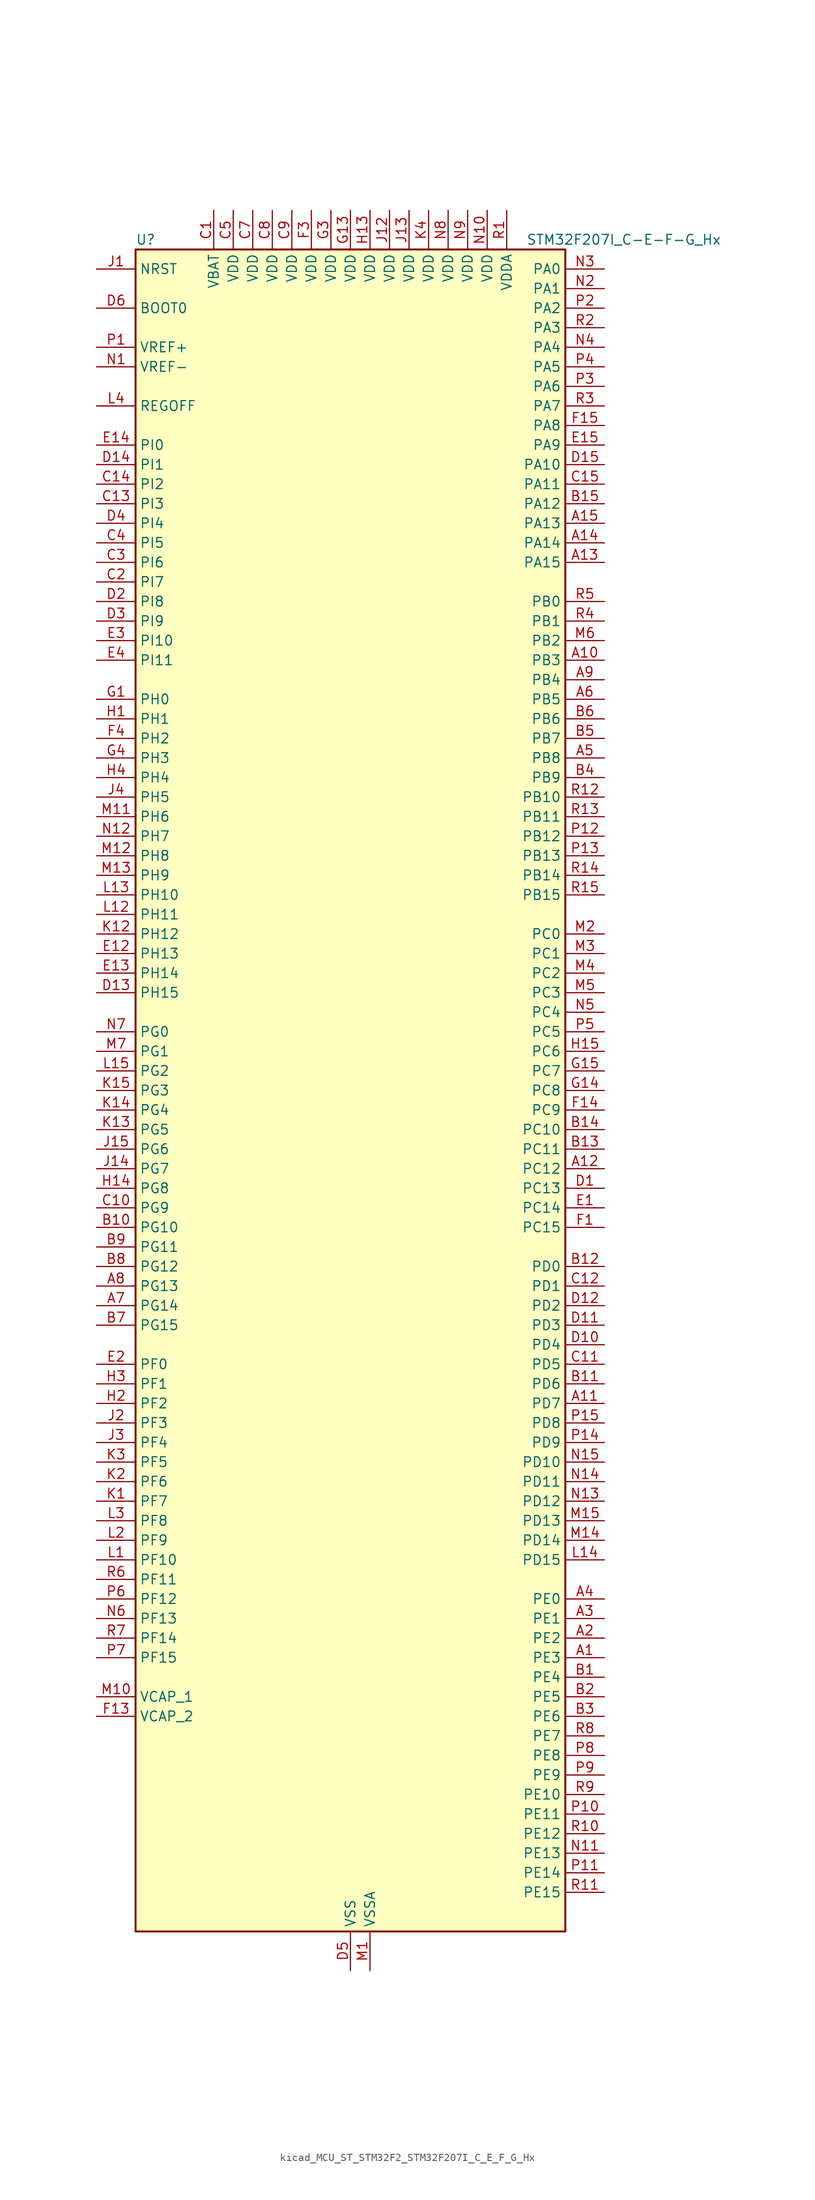
<source format=kicad_sym>
(kicad_symbol_lib
  (version 20220914)
  (generator kicad_symbol_editor)
  (symbol "kicad_MCU_ST_STM32F2_STM32F207I_C_E_F_G_Hx"
    (property "Reference" "U"
      (at -27.94 110.49 0)
      (effects (font (size 1.27 1.27)) (justify left)))
    (property "Value" "STM32F207I_C-E-F-G_Hx"
      (at 22.86 110.49 0)
      (effects (font (size 1.27 1.27)) (justify left)))
    (property "ki_locked" ""
      (at 0 0 0)
      (effects (font (size 1.27 1.27))))
    (symbol "kicad_MCU_ST_STM32F2_STM32F207I_C_E_F_G_Hx_0_1"
      (rectangle (start -27.94 -109.22) (end 27.94 109.22) (stroke (width 0.254) (type default)) (fill (type background))))
    (symbol "kicad_MCU_ST_STM32F2_STM32F207I_C_E_F_G_Hx_1_1"
      (pin bidirectional line (at 33.02 -73.66 180) (length 5.08) (name "PE3" (effects (font (size 1.27 1.27)))) (number "A1" (effects (font (size 1.27 1.27)))) (alternate "FSMC_A19" bidirectional line) (alternate "SYS_TRACED0" bidirectional line))
      (pin bidirectional line (at 33.02 55.88 180) (length 5.08) (name "PB3" (effects (font (size 1.27 1.27)))) (number "A10" (effects (font (size 1.27 1.27)))) (alternate "I2S3_SCK" bidirectional line) (alternate "SPI1_SCK" bidirectional line) (alternate "SPI3_SCK" bidirectional line) (alternate "SYS_JTDO-SWO" bidirectional line) (alternate "TIM2_CH2" bidirectional line))
      (pin bidirectional line (at 33.02 -40.64 180) (length 5.08) (name "PD7" (effects (font (size 1.27 1.27)))) (number "A11" (effects (font (size 1.27 1.27)))) (alternate "FSMC_NCE2" bidirectional line) (alternate "FSMC_NE1" bidirectional line) (alternate "USART2_CK" bidirectional line))
      (pin bidirectional line (at 33.02 -10.16 180) (length 5.08) (name "PC12" (effects (font (size 1.27 1.27)))) (number "A12" (effects (font (size 1.27 1.27)))) (alternate "DCMI_D9" bidirectional line) (alternate "I2S3_SD" bidirectional line) (alternate "SDIO_CK" bidirectional line) (alternate "SPI3_MOSI" bidirectional line) (alternate "UART5_TX" bidirectional line) (alternate "USART3_CK" bidirectional line))
      (pin bidirectional line (at 33.02 68.58 180) (length 5.08) (name "PA15" (effects (font (size 1.27 1.27)))) (number "A13" (effects (font (size 1.27 1.27)))) (alternate "ADC1_EXTI15" bidirectional line) (alternate "ADC2_EXTI15" bidirectional line) (alternate "ADC3_EXTI15" bidirectional line) (alternate "I2S3_WS" bidirectional line) (alternate "SPI1_NSS" bidirectional line) (alternate "SPI3_NSS" bidirectional line) (alternate "SYS_JTDI" bidirectional line) (alternate "TIM2_CH1" bidirectional line) (alternate "TIM2_ETR" bidirectional line))
      (pin bidirectional line (at 33.02 71.12 180) (length 5.08) (name "PA14" (effects (font (size 1.27 1.27)))) (number "A14" (effects (font (size 1.27 1.27)))) (alternate "SYS_JTCK-SWCLK" bidirectional line))
      (pin bidirectional line (at 33.02 73.66 180) (length 5.08) (name "PA13" (effects (font (size 1.27 1.27)))) (number "A15" (effects (font (size 1.27 1.27)))) (alternate "SYS_JTMS-SWDIO" bidirectional line))
      (pin bidirectional line (at 33.02 -71.12 180) (length 5.08) (name "PE2" (effects (font (size 1.27 1.27)))) (number "A2" (effects (font (size 1.27 1.27)))) (alternate "ETH_TXD3" bidirectional line) (alternate "FSMC_A23" bidirectional line) (alternate "SYS_TRACECLK" bidirectional line))
      (pin bidirectional line (at 33.02 -68.58 180) (length 5.08) (name "PE1" (effects (font (size 1.27 1.27)))) (number "A3" (effects (font (size 1.27 1.27)))) (alternate "DCMI_D3" bidirectional line) (alternate "FSMC_NBL1" bidirectional line))
      (pin bidirectional line (at 33.02 -66.04 180) (length 5.08) (name "PE0" (effects (font (size 1.27 1.27)))) (number "A4" (effects (font (size 1.27 1.27)))) (alternate "DCMI_D2" bidirectional line) (alternate "FSMC_NBL0" bidirectional line) (alternate "TIM4_ETR" bidirectional line))
      (pin bidirectional line (at 33.02 43.18 180) (length 5.08) (name "PB8" (effects (font (size 1.27 1.27)))) (number "A5" (effects (font (size 1.27 1.27)))) (alternate "CAN1_RX" bidirectional line) (alternate "DCMI_D6" bidirectional line) (alternate "ETH_TXD3" bidirectional line) (alternate "I2C1_SCL" bidirectional line) (alternate "SDIO_D4" bidirectional line) (alternate "TIM10_CH1" bidirectional line) (alternate "TIM4_CH3" bidirectional line))
      (pin bidirectional line (at 33.02 50.8 180) (length 5.08) (name "PB5" (effects (font (size 1.27 1.27)))) (number "A6" (effects (font (size 1.27 1.27)))) (alternate "CAN2_RX" bidirectional line) (alternate "DCMI_D10" bidirectional line) (alternate "ETH_PPS_OUT" bidirectional line) (alternate "I2C1_SMBA" bidirectional line) (alternate "I2S3_SD" bidirectional line) (alternate "SPI1_MOSI" bidirectional line) (alternate "SPI3_MOSI" bidirectional line) (alternate "TIM3_CH2" bidirectional line) (alternate "USB_OTG_HS_ULPI_D7" bidirectional line))
      (pin bidirectional line (at -33.02 -27.94 0) (length 5.08) (name "PG14" (effects (font (size 1.27 1.27)))) (number "A7" (effects (font (size 1.27 1.27)))) (alternate "ETH_TXD1" bidirectional line) (alternate "FSMC_A25" bidirectional line) (alternate "USART6_TX" bidirectional line))
      (pin bidirectional line (at -33.02 -25.4 0) (length 5.08) (name "PG13" (effects (font (size 1.27 1.27)))) (number "A8" (effects (font (size 1.27 1.27)))) (alternate "ETH_TXD0" bidirectional line) (alternate "FSMC_A24" bidirectional line) (alternate "USART6_CTS" bidirectional line))
      (pin bidirectional line (at 33.02 53.34 180) (length 5.08) (name "PB4" (effects (font (size 1.27 1.27)))) (number "A9" (effects (font (size 1.27 1.27)))) (alternate "SPI1_MISO" bidirectional line) (alternate "SPI3_MISO" bidirectional line) (alternate "SYS_JTRST" bidirectional line) (alternate "TIM3_CH1" bidirectional line))
      (pin bidirectional line (at 33.02 -76.2 180) (length 5.08) (name "PE4" (effects (font (size 1.27 1.27)))) (number "B1" (effects (font (size 1.27 1.27)))) (alternate "DCMI_D4" bidirectional line) (alternate "FSMC_A20" bidirectional line) (alternate "SYS_TRACED1" bidirectional line))
      (pin bidirectional line (at -33.02 -17.78 0) (length 5.08) (name "PG10" (effects (font (size 1.27 1.27)))) (number "B10" (effects (font (size 1.27 1.27)))) (alternate "FSMC_NCE4_1" bidirectional line) (alternate "FSMC_NE3" bidirectional line))
      (pin bidirectional line (at 33.02 -38.1 180) (length 5.08) (name "PD6" (effects (font (size 1.27 1.27)))) (number "B11" (effects (font (size 1.27 1.27)))) (alternate "FSMC_NWAIT" bidirectional line) (alternate "USART2_RX" bidirectional line))
      (pin bidirectional line (at 33.02 -22.86 180) (length 5.08) (name "PD0" (effects (font (size 1.27 1.27)))) (number "B12" (effects (font (size 1.27 1.27)))) (alternate "CAN1_RX" bidirectional line) (alternate "FSMC_D2" bidirectional line) (alternate "FSMC_DA2" bidirectional line))
      (pin bidirectional line (at 33.02 -7.62 180) (length 5.08) (name "PC11" (effects (font (size 1.27 1.27)))) (number "B13" (effects (font (size 1.27 1.27)))) (alternate "ADC1_EXTI11" bidirectional line) (alternate "ADC2_EXTI11" bidirectional line) (alternate "ADC3_EXTI11" bidirectional line) (alternate "DCMI_D4" bidirectional line) (alternate "SDIO_D3" bidirectional line) (alternate "SPI3_MISO" bidirectional line) (alternate "UART4_RX" bidirectional line) (alternate "USART3_RX" bidirectional line))
      (pin bidirectional line (at 33.02 -5.08 180) (length 5.08) (name "PC10" (effects (font (size 1.27 1.27)))) (number "B14" (effects (font (size 1.27 1.27)))) (alternate "DCMI_D8" bidirectional line) (alternate "I2S3_SCK" bidirectional line) (alternate "SDIO_D2" bidirectional line) (alternate "SPI3_SCK" bidirectional line) (alternate "UART4_TX" bidirectional line) (alternate "USART3_TX" bidirectional line))
      (pin bidirectional line (at 33.02 76.2 180) (length 5.08) (name "PA12" (effects (font (size 1.27 1.27)))) (number "B15" (effects (font (size 1.27 1.27)))) (alternate "CAN1_TX" bidirectional line) (alternate "TIM1_ETR" bidirectional line) (alternate "USART1_RTS" bidirectional line) (alternate "USB_OTG_FS_DP" bidirectional line))
      (pin bidirectional line (at 33.02 -78.74 180) (length 5.08) (name "PE5" (effects (font (size 1.27 1.27)))) (number "B2" (effects (font (size 1.27 1.27)))) (alternate "DCMI_D6" bidirectional line) (alternate "FSMC_A21" bidirectional line) (alternate "SYS_TRACED2" bidirectional line) (alternate "TIM9_CH1" bidirectional line))
      (pin bidirectional line (at 33.02 -81.28 180) (length 5.08) (name "PE6" (effects (font (size 1.27 1.27)))) (number "B3" (effects (font (size 1.27 1.27)))) (alternate "DCMI_D7" bidirectional line) (alternate "FSMC_A22" bidirectional line) (alternate "SYS_TRACED3" bidirectional line) (alternate "TIM9_CH2" bidirectional line))
      (pin bidirectional line (at 33.02 40.64 180) (length 5.08) (name "PB9" (effects (font (size 1.27 1.27)))) (number "B4" (effects (font (size 1.27 1.27)))) (alternate "CAN1_TX" bidirectional line) (alternate "DAC_EXTI9" bidirectional line) (alternate "DCMI_D7" bidirectional line) (alternate "I2C1_SDA" bidirectional line) (alternate "I2S2_WS" bidirectional line) (alternate "SDIO_D5" bidirectional line) (alternate "SPI2_NSS" bidirectional line) (alternate "TIM11_CH1" bidirectional line) (alternate "TIM4_CH4" bidirectional line))
      (pin bidirectional line (at 33.02 45.72 180) (length 5.08) (name "PB7" (effects (font (size 1.27 1.27)))) (number "B5" (effects (font (size 1.27 1.27)))) (alternate "DCMI_VSYNC" bidirectional line) (alternate "FSMC_NL" bidirectional line) (alternate "I2C1_SDA" bidirectional line) (alternate "TIM4_CH2" bidirectional line) (alternate "USART1_RX" bidirectional line))
      (pin bidirectional line (at 33.02 48.26 180) (length 5.08) (name "PB6" (effects (font (size 1.27 1.27)))) (number "B6" (effects (font (size 1.27 1.27)))) (alternate "CAN2_TX" bidirectional line) (alternate "DCMI_D5" bidirectional line) (alternate "I2C1_SCL" bidirectional line) (alternate "TIM4_CH1" bidirectional line) (alternate "USART1_TX" bidirectional line))
      (pin bidirectional line (at -33.02 -30.48 0) (length 5.08) (name "PG15" (effects (font (size 1.27 1.27)))) (number "B7" (effects (font (size 1.27 1.27)))) (alternate "ADC1_EXTI15" bidirectional line) (alternate "ADC2_EXTI15" bidirectional line) (alternate "ADC3_EXTI15" bidirectional line) (alternate "DCMI_D13" bidirectional line) (alternate "USART6_CTS" bidirectional line))
      (pin bidirectional line (at -33.02 -22.86 0) (length 5.08) (name "PG12" (effects (font (size 1.27 1.27)))) (number "B8" (effects (font (size 1.27 1.27)))) (alternate "FSMC_NE4" bidirectional line) (alternate "USART6_RTS" bidirectional line))
      (pin bidirectional line (at -33.02 -20.32 0) (length 5.08) (name "PG11" (effects (font (size 1.27 1.27)))) (number "B9" (effects (font (size 1.27 1.27)))) (alternate "ADC1_EXTI11" bidirectional line) (alternate "ADC2_EXTI11" bidirectional line) (alternate "ADC3_EXTI11" bidirectional line) (alternate "ETH_TX_EN" bidirectional line) (alternate "FSMC_NCE4_2" bidirectional line))
      (pin power_in line (at -17.78 114.3 270) (length 5.08) (name "VBAT" (effects (font (size 1.27 1.27)))) (number "C1" (effects (font (size 1.27 1.27)))))
      (pin bidirectional line (at -33.02 -15.24 0) (length 5.08) (name "PG9" (effects (font (size 1.27 1.27)))) (number "C10" (effects (font (size 1.27 1.27)))) (alternate "DAC_EXTI9" bidirectional line) (alternate "FSMC_NCE3" bidirectional line) (alternate "FSMC_NE2" bidirectional line) (alternate "USART6_RX" bidirectional line))
      (pin bidirectional line (at 33.02 -35.56 180) (length 5.08) (name "PD5" (effects (font (size 1.27 1.27)))) (number "C11" (effects (font (size 1.27 1.27)))) (alternate "FSMC_NWE" bidirectional line) (alternate "USART2_TX" bidirectional line))
      (pin bidirectional line (at 33.02 -25.4 180) (length 5.08) (name "PD1" (effects (font (size 1.27 1.27)))) (number "C12" (effects (font (size 1.27 1.27)))) (alternate "CAN1_TX" bidirectional line) (alternate "FSMC_D3" bidirectional line) (alternate "FSMC_DA3" bidirectional line))
      (pin bidirectional line (at -33.02 76.2 0) (length 5.08) (name "PI3" (effects (font (size 1.27 1.27)))) (number "C13" (effects (font (size 1.27 1.27)))) (alternate "DCMI_D10" bidirectional line) (alternate "I2S2_SD" bidirectional line) (alternate "SPI2_MOSI" bidirectional line) (alternate "TIM8_ETR" bidirectional line))
      (pin bidirectional line (at -33.02 78.74 0) (length 5.08) (name "PI2" (effects (font (size 1.27 1.27)))) (number "C14" (effects (font (size 1.27 1.27)))) (alternate "DCMI_D9" bidirectional line) (alternate "SPI2_MISO" bidirectional line) (alternate "TIM8_CH4" bidirectional line))
      (pin bidirectional line (at 33.02 78.74 180) (length 5.08) (name "PA11" (effects (font (size 1.27 1.27)))) (number "C15" (effects (font (size 1.27 1.27)))) (alternate "ADC1_EXTI11" bidirectional line) (alternate "ADC2_EXTI11" bidirectional line) (alternate "ADC3_EXTI11" bidirectional line) (alternate "CAN1_RX" bidirectional line) (alternate "TIM1_CH4" bidirectional line) (alternate "USART1_CTS" bidirectional line) (alternate "USB_OTG_FS_DM" bidirectional line))
      (pin bidirectional line (at -33.02 66.04 0) (length 5.08) (name "PI7" (effects (font (size 1.27 1.27)))) (number "C2" (effects (font (size 1.27 1.27)))) (alternate "DCMI_D7" bidirectional line) (alternate "TIM8_CH3" bidirectional line))
      (pin bidirectional line (at -33.02 68.58 0) (length 5.08) (name "PI6" (effects (font (size 1.27 1.27)))) (number "C3" (effects (font (size 1.27 1.27)))) (alternate "DCMI_D6" bidirectional line) (alternate "TIM8_CH2" bidirectional line))
      (pin bidirectional line (at -33.02 71.12 0) (length 5.08) (name "PI5" (effects (font (size 1.27 1.27)))) (number "C4" (effects (font (size 1.27 1.27)))) (alternate "DCMI_VSYNC" bidirectional line) (alternate "TIM8_CH1" bidirectional line))
      (pin power_in line (at -15.24 114.3 270) (length 5.08) (name "VDD" (effects (font (size 1.27 1.27)))) (number "C5" (effects (font (size 1.27 1.27)))))
      (pin no_connect line (at -27.94 -109.22 0) (length 5.08) hide (name "RFU" (effects (font (size 1.27 1.27)))) (number "C6" (effects (font (size 1.27 1.27)))))
      (pin power_in line (at -12.7 114.3 270) (length 5.08) (name "VDD" (effects (font (size 1.27 1.27)))) (number "C7" (effects (font (size 1.27 1.27)))))
      (pin power_in line (at -10.16 114.3 270) (length 5.08) (name "VDD" (effects (font (size 1.27 1.27)))) (number "C8" (effects (font (size 1.27 1.27)))))
      (pin power_in line (at -7.62 114.3 270) (length 5.08) (name "VDD" (effects (font (size 1.27 1.27)))) (number "C9" (effects (font (size 1.27 1.27)))))
      (pin bidirectional line (at 33.02 -12.7 180) (length 5.08) (name "PC13" (effects (font (size 1.27 1.27)))) (number "D1" (effects (font (size 1.27 1.27)))) (alternate "RTC_AF1" bidirectional line))
      (pin bidirectional line (at 33.02 -33.02 180) (length 5.08) (name "PD4" (effects (font (size 1.27 1.27)))) (number "D10" (effects (font (size 1.27 1.27)))) (alternate "FSMC_NOE" bidirectional line) (alternate "USART2_RTS" bidirectional line))
      (pin bidirectional line (at 33.02 -30.48 180) (length 5.08) (name "PD3" (effects (font (size 1.27 1.27)))) (number "D11" (effects (font (size 1.27 1.27)))) (alternate "FSMC_CLK" bidirectional line) (alternate "USART2_CTS" bidirectional line))
      (pin bidirectional line (at 33.02 -27.94 180) (length 5.08) (name "PD2" (effects (font (size 1.27 1.27)))) (number "D12" (effects (font (size 1.27 1.27)))) (alternate "DCMI_D11" bidirectional line) (alternate "SDIO_CMD" bidirectional line) (alternate "TIM3_ETR" bidirectional line) (alternate "UART5_RX" bidirectional line))
      (pin bidirectional line (at -33.02 12.7 0) (length 5.08) (name "PH15" (effects (font (size 1.27 1.27)))) (number "D13" (effects (font (size 1.27 1.27)))) (alternate "ADC1_EXTI15" bidirectional line) (alternate "ADC2_EXTI15" bidirectional line) (alternate "ADC3_EXTI15" bidirectional line) (alternate "DCMI_D11" bidirectional line) (alternate "TIM8_CH3N" bidirectional line))
      (pin bidirectional line (at -33.02 81.28 0) (length 5.08) (name "PI1" (effects (font (size 1.27 1.27)))) (number "D14" (effects (font (size 1.27 1.27)))) (alternate "DCMI_D8" bidirectional line) (alternate "I2S2_SCK" bidirectional line) (alternate "SPI2_SCK" bidirectional line))
      (pin bidirectional line (at 33.02 81.28 180) (length 5.08) (name "PA10" (effects (font (size 1.27 1.27)))) (number "D15" (effects (font (size 1.27 1.27)))) (alternate "DCMI_D1" bidirectional line) (alternate "TIM1_CH3" bidirectional line) (alternate "USART1_RX" bidirectional line) (alternate "USB_OTG_FS_ID" bidirectional line))
      (pin bidirectional line (at -33.02 63.5 0) (length 5.08) (name "PI8" (effects (font (size 1.27 1.27)))) (number "D2" (effects (font (size 1.27 1.27)))) (alternate "RTC_AF2" bidirectional line))
      (pin bidirectional line (at -33.02 60.96 0) (length 5.08) (name "PI9" (effects (font (size 1.27 1.27)))) (number "D3" (effects (font (size 1.27 1.27)))) (alternate "CAN1_RX" bidirectional line) (alternate "DAC_EXTI9" bidirectional line))
      (pin bidirectional line (at -33.02 73.66 0) (length 5.08) (name "PI4" (effects (font (size 1.27 1.27)))) (number "D4" (effects (font (size 1.27 1.27)))) (alternate "DCMI_D5" bidirectional line) (alternate "TIM8_BKIN" bidirectional line))
      (pin power_in line (at 0 -114.3 90) (length 5.08) (name "VSS" (effects (font (size 1.27 1.27)))) (number "D5" (effects (font (size 1.27 1.27)))))
      (pin input line (at -33.02 101.6 0) (length 5.08) (name "BOOT0" (effects (font (size 1.27 1.27)))) (number "D6" (effects (font (size 1.27 1.27)))))
      (pin passive line (at 0 -114.3 90) (length 5.08) hide (name "VSS" (effects (font (size 1.27 1.27)))) (number "D7" (effects (font (size 1.27 1.27)))))
      (pin passive line (at 0 -114.3 90) (length 5.08) hide (name "VSS" (effects (font (size 1.27 1.27)))) (number "D8" (effects (font (size 1.27 1.27)))))
      (pin passive line (at 0 -114.3 90) (length 5.08) hide (name "VSS" (effects (font (size 1.27 1.27)))) (number "D9" (effects (font (size 1.27 1.27)))))
      (pin bidirectional line (at 33.02 -15.24 180) (length 5.08) (name "PC14" (effects (font (size 1.27 1.27)))) (number "E1" (effects (font (size 1.27 1.27)))) (alternate "RCC_OSC32_IN" bidirectional line))
      (pin bidirectional line (at -33.02 17.78 0) (length 5.08) (name "PH13" (effects (font (size 1.27 1.27)))) (number "E12" (effects (font (size 1.27 1.27)))) (alternate "CAN1_TX" bidirectional line) (alternate "TIM8_CH1N" bidirectional line))
      (pin bidirectional line (at -33.02 15.24 0) (length 5.08) (name "PH14" (effects (font (size 1.27 1.27)))) (number "E13" (effects (font (size 1.27 1.27)))) (alternate "DCMI_D4" bidirectional line) (alternate "TIM8_CH2N" bidirectional line))
      (pin bidirectional line (at -33.02 83.82 0) (length 5.08) (name "PI0" (effects (font (size 1.27 1.27)))) (number "E14" (effects (font (size 1.27 1.27)))) (alternate "DCMI_D13" bidirectional line) (alternate "I2S2_WS" bidirectional line) (alternate "SPI2_NSS" bidirectional line) (alternate "TIM5_CH4" bidirectional line))
      (pin bidirectional line (at 33.02 83.82 180) (length 5.08) (name "PA9" (effects (font (size 1.27 1.27)))) (number "E15" (effects (font (size 1.27 1.27)))) (alternate "DAC_EXTI9" bidirectional line) (alternate "DCMI_D0" bidirectional line) (alternate "I2C3_SMBA" bidirectional line) (alternate "TIM1_CH2" bidirectional line) (alternate "USART1_TX" bidirectional line) (alternate "USB_OTG_FS_VBUS" bidirectional line))
      (pin bidirectional line (at -33.02 -35.56 0) (length 5.08) (name "PF0" (effects (font (size 1.27 1.27)))) (number "E2" (effects (font (size 1.27 1.27)))) (alternate "FSMC_A0" bidirectional line) (alternate "I2C2_SDA" bidirectional line))
      (pin bidirectional line (at -33.02 58.42 0) (length 5.08) (name "PI10" (effects (font (size 1.27 1.27)))) (number "E3" (effects (font (size 1.27 1.27)))) (alternate "ETH_RX_ER" bidirectional line))
      (pin bidirectional line (at -33.02 55.88 0) (length 5.08) (name "PI11" (effects (font (size 1.27 1.27)))) (number "E4" (effects (font (size 1.27 1.27)))) (alternate "ADC1_EXTI11" bidirectional line) (alternate "ADC2_EXTI11" bidirectional line) (alternate "ADC3_EXTI11" bidirectional line) (alternate "USB_OTG_HS_ULPI_DIR" bidirectional line))
      (pin bidirectional line (at 33.02 -17.78 180) (length 5.08) (name "PC15" (effects (font (size 1.27 1.27)))) (number "F1" (effects (font (size 1.27 1.27)))) (alternate "ADC1_EXTI15" bidirectional line) (alternate "ADC2_EXTI15" bidirectional line) (alternate "ADC3_EXTI15" bidirectional line) (alternate "RCC_OSC32_OUT" bidirectional line))
      (pin passive line (at 0 -114.3 90) (length 5.08) hide (name "VSS" (effects (font (size 1.27 1.27)))) (number "F10" (effects (font (size 1.27 1.27)))))
      (pin passive line (at 0 -114.3 90) (length 5.08) hide (name "VSS" (effects (font (size 1.27 1.27)))) (number "F12" (effects (font (size 1.27 1.27)))))
      (pin power_out line (at -33.02 -81.28 0) (length 5.08) (name "VCAP_2" (effects (font (size 1.27 1.27)))) (number "F13" (effects (font (size 1.27 1.27)))))
      (pin bidirectional line (at 33.02 -2.54 180) (length 5.08) (name "PC9" (effects (font (size 1.27 1.27)))) (number "F14" (effects (font (size 1.27 1.27)))) (alternate "DAC_EXTI9" bidirectional line) (alternate "DCMI_D3" bidirectional line) (alternate "I2C3_SDA" bidirectional line) (alternate "I2S_CKIN" bidirectional line) (alternate "RCC_MCO_2" bidirectional line) (alternate "SDIO_D1" bidirectional line) (alternate "TIM3_CH4" bidirectional line) (alternate "TIM8_CH4" bidirectional line))
      (pin bidirectional line (at 33.02 86.36 180) (length 5.08) (name "PA8" (effects (font (size 1.27 1.27)))) (number "F15" (effects (font (size 1.27 1.27)))) (alternate "I2C3_SCL" bidirectional line) (alternate "RCC_MCO_1" bidirectional line) (alternate "TIM1_CH1" bidirectional line) (alternate "USART1_CK" bidirectional line) (alternate "USB_OTG_FS_SOF" bidirectional line))
      (pin passive line (at 0 -114.3 90) (length 5.08) hide (name "VSS" (effects (font (size 1.27 1.27)))) (number "F2" (effects (font (size 1.27 1.27)))))
      (pin power_in line (at -5.08 114.3 270) (length 5.08) (name "VDD" (effects (font (size 1.27 1.27)))) (number "F3" (effects (font (size 1.27 1.27)))))
      (pin bidirectional line (at -33.02 45.72 0) (length 5.08) (name "PH2" (effects (font (size 1.27 1.27)))) (number "F4" (effects (font (size 1.27 1.27)))) (alternate "ETH_CRS" bidirectional line))
      (pin passive line (at 0 -114.3 90) (length 5.08) hide (name "VSS" (effects (font (size 1.27 1.27)))) (number "F6" (effects (font (size 1.27 1.27)))))
      (pin passive line (at 0 -114.3 90) (length 5.08) hide (name "VSS" (effects (font (size 1.27 1.27)))) (number "F7" (effects (font (size 1.27 1.27)))))
      (pin passive line (at 0 -114.3 90) (length 5.08) hide (name "VSS" (effects (font (size 1.27 1.27)))) (number "F8" (effects (font (size 1.27 1.27)))))
      (pin passive line (at 0 -114.3 90) (length 5.08) hide (name "VSS" (effects (font (size 1.27 1.27)))) (number "F9" (effects (font (size 1.27 1.27)))))
      (pin bidirectional line (at -33.02 50.8 0) (length 5.08) (name "PH0" (effects (font (size 1.27 1.27)))) (number "G1" (effects (font (size 1.27 1.27)))) (alternate "RCC_OSC_IN" bidirectional line))
      (pin passive line (at 0 -114.3 90) (length 5.08) hide (name "VSS" (effects (font (size 1.27 1.27)))) (number "G10" (effects (font (size 1.27 1.27)))))
      (pin passive line (at 0 -114.3 90) (length 5.08) hide (name "VSS" (effects (font (size 1.27 1.27)))) (number "G12" (effects (font (size 1.27 1.27)))))
      (pin power_in line (at 0 114.3 270) (length 5.08) (name "VDD" (effects (font (size 1.27 1.27)))) (number "G13" (effects (font (size 1.27 1.27)))))
      (pin bidirectional line (at 33.02 0 180) (length 5.08) (name "PC8" (effects (font (size 1.27 1.27)))) (number "G14" (effects (font (size 1.27 1.27)))) (alternate "DCMI_D2" bidirectional line) (alternate "SDIO_D0" bidirectional line) (alternate "TIM3_CH3" bidirectional line) (alternate "TIM8_CH3" bidirectional line) (alternate "USART6_CK" bidirectional line))
      (pin bidirectional line (at 33.02 2.54 180) (length 5.08) (name "PC7" (effects (font (size 1.27 1.27)))) (number "G15" (effects (font (size 1.27 1.27)))) (alternate "DCMI_D1" bidirectional line) (alternate "I2S3_MCK" bidirectional line) (alternate "SDIO_D7" bidirectional line) (alternate "TIM3_CH2" bidirectional line) (alternate "TIM8_CH2" bidirectional line) (alternate "USART6_RX" bidirectional line))
      (pin passive line (at 0 -114.3 90) (length 5.08) hide (name "VSS" (effects (font (size 1.27 1.27)))) (number "G2" (effects (font (size 1.27 1.27)))))
      (pin power_in line (at -2.54 114.3 270) (length 5.08) (name "VDD" (effects (font (size 1.27 1.27)))) (number "G3" (effects (font (size 1.27 1.27)))))
      (pin bidirectional line (at -33.02 43.18 0) (length 5.08) (name "PH3" (effects (font (size 1.27 1.27)))) (number "G4" (effects (font (size 1.27 1.27)))) (alternate "ETH_COL" bidirectional line))
      (pin passive line (at 0 -114.3 90) (length 5.08) hide (name "VSS" (effects (font (size 1.27 1.27)))) (number "G6" (effects (font (size 1.27 1.27)))))
      (pin passive line (at 0 -114.3 90) (length 5.08) hide (name "VSS" (effects (font (size 1.27 1.27)))) (number "G7" (effects (font (size 1.27 1.27)))))
      (pin passive line (at 0 -114.3 90) (length 5.08) hide (name "VSS" (effects (font (size 1.27 1.27)))) (number "G8" (effects (font (size 1.27 1.27)))))
      (pin passive line (at 0 -114.3 90) (length 5.08) hide (name "VSS" (effects (font (size 1.27 1.27)))) (number "G9" (effects (font (size 1.27 1.27)))))
      (pin bidirectional line (at -33.02 48.26 0) (length 5.08) (name "PH1" (effects (font (size 1.27 1.27)))) (number "H1" (effects (font (size 1.27 1.27)))) (alternate "RCC_OSC_OUT" bidirectional line))
      (pin passive line (at 0 -114.3 90) (length 5.08) hide (name "VSS" (effects (font (size 1.27 1.27)))) (number "H10" (effects (font (size 1.27 1.27)))))
      (pin passive line (at 0 -114.3 90) (length 5.08) hide (name "VSS" (effects (font (size 1.27 1.27)))) (number "H12" (effects (font (size 1.27 1.27)))))
      (pin power_in line (at 2.54 114.3 270) (length 5.08) (name "VDD" (effects (font (size 1.27 1.27)))) (number "H13" (effects (font (size 1.27 1.27)))))
      (pin bidirectional line (at -33.02 -12.7 0) (length 5.08) (name "PG8" (effects (font (size 1.27 1.27)))) (number "H14" (effects (font (size 1.27 1.27)))) (alternate "ETH_PPS_OUT" bidirectional line) (alternate "USART6_RTS" bidirectional line))
      (pin bidirectional line (at 33.02 5.08 180) (length 5.08) (name "PC6" (effects (font (size 1.27 1.27)))) (number "H15" (effects (font (size 1.27 1.27)))) (alternate "DCMI_D0" bidirectional line) (alternate "I2S2_MCK" bidirectional line) (alternate "SDIO_D6" bidirectional line) (alternate "TIM3_CH1" bidirectional line) (alternate "TIM8_CH1" bidirectional line) (alternate "USART6_TX" bidirectional line))
      (pin bidirectional line (at -33.02 -40.64 0) (length 5.08) (name "PF2" (effects (font (size 1.27 1.27)))) (number "H2" (effects (font (size 1.27 1.27)))) (alternate "FSMC_A2" bidirectional line) (alternate "I2C2_SMBA" bidirectional line))
      (pin bidirectional line (at -33.02 -38.1 0) (length 5.08) (name "PF1" (effects (font (size 1.27 1.27)))) (number "H3" (effects (font (size 1.27 1.27)))) (alternate "FSMC_A1" bidirectional line) (alternate "I2C2_SCL" bidirectional line))
      (pin bidirectional line (at -33.02 40.64 0) (length 5.08) (name "PH4" (effects (font (size 1.27 1.27)))) (number "H4" (effects (font (size 1.27 1.27)))) (alternate "I2C2_SCL" bidirectional line) (alternate "USB_OTG_HS_ULPI_NXT" bidirectional line))
      (pin passive line (at 0 -114.3 90) (length 5.08) hide (name "VSS" (effects (font (size 1.27 1.27)))) (number "H6" (effects (font (size 1.27 1.27)))))
      (pin passive line (at 0 -114.3 90) (length 5.08) hide (name "VSS" (effects (font (size 1.27 1.27)))) (number "H7" (effects (font (size 1.27 1.27)))))
      (pin passive line (at 0 -114.3 90) (length 5.08) hide (name "VSS" (effects (font (size 1.27 1.27)))) (number "H8" (effects (font (size 1.27 1.27)))))
      (pin passive line (at 0 -114.3 90) (length 5.08) hide (name "VSS" (effects (font (size 1.27 1.27)))) (number "H9" (effects (font (size 1.27 1.27)))))
      (pin input line (at -33.02 106.68 0) (length 5.08) (name "NRST" (effects (font (size 1.27 1.27)))) (number "J1" (effects (font (size 1.27 1.27)))))
      (pin passive line (at 0 -114.3 90) (length 5.08) hide (name "VSS" (effects (font (size 1.27 1.27)))) (number "J10" (effects (font (size 1.27 1.27)))))
      (pin power_in line (at 5.08 114.3 270) (length 5.08) (name "VDD" (effects (font (size 1.27 1.27)))) (number "J12" (effects (font (size 1.27 1.27)))))
      (pin power_in line (at 7.62 114.3 270) (length 5.08) (name "VDD" (effects (font (size 1.27 1.27)))) (number "J13" (effects (font (size 1.27 1.27)))))
      (pin bidirectional line (at -33.02 -10.16 0) (length 5.08) (name "PG7" (effects (font (size 1.27 1.27)))) (number "J14" (effects (font (size 1.27 1.27)))) (alternate "FSMC_INT3" bidirectional line) (alternate "USART6_CK" bidirectional line))
      (pin bidirectional line (at -33.02 -7.62 0) (length 5.08) (name "PG6" (effects (font (size 1.27 1.27)))) (number "J15" (effects (font (size 1.27 1.27)))) (alternate "FSMC_INT2" bidirectional line))
      (pin bidirectional line (at -33.02 -43.18 0) (length 5.08) (name "PF3" (effects (font (size 1.27 1.27)))) (number "J2" (effects (font (size 1.27 1.27)))) (alternate "ADC3_IN9" bidirectional line) (alternate "FSMC_A3" bidirectional line))
      (pin bidirectional line (at -33.02 -45.72 0) (length 5.08) (name "PF4" (effects (font (size 1.27 1.27)))) (number "J3" (effects (font (size 1.27 1.27)))) (alternate "ADC3_IN14" bidirectional line) (alternate "FSMC_A4" bidirectional line))
      (pin bidirectional line (at -33.02 38.1 0) (length 5.08) (name "PH5" (effects (font (size 1.27 1.27)))) (number "J4" (effects (font (size 1.27 1.27)))) (alternate "I2C2_SDA" bidirectional line))
      (pin passive line (at 0 -114.3 90) (length 5.08) hide (name "VSS" (effects (font (size 1.27 1.27)))) (number "J6" (effects (font (size 1.27 1.27)))))
      (pin passive line (at 0 -114.3 90) (length 5.08) hide (name "VSS" (effects (font (size 1.27 1.27)))) (number "J7" (effects (font (size 1.27 1.27)))))
      (pin passive line (at 0 -114.3 90) (length 5.08) hide (name "VSS" (effects (font (size 1.27 1.27)))) (number "J8" (effects (font (size 1.27 1.27)))))
      (pin passive line (at 0 -114.3 90) (length 5.08) hide (name "VSS" (effects (font (size 1.27 1.27)))) (number "J9" (effects (font (size 1.27 1.27)))))
      (pin bidirectional line (at -33.02 -53.34 0) (length 5.08) (name "PF7" (effects (font (size 1.27 1.27)))) (number "K1" (effects (font (size 1.27 1.27)))) (alternate "ADC3_IN5" bidirectional line) (alternate "FSMC_NREG" bidirectional line) (alternate "TIM11_CH1" bidirectional line))
      (pin passive line (at 0 -114.3 90) (length 5.08) hide (name "VSS" (effects (font (size 1.27 1.27)))) (number "K10" (effects (font (size 1.27 1.27)))))
      (pin bidirectional line (at -33.02 20.32 0) (length 5.08) (name "PH12" (effects (font (size 1.27 1.27)))) (number "K12" (effects (font (size 1.27 1.27)))) (alternate "DCMI_D3" bidirectional line) (alternate "TIM5_CH3" bidirectional line))
      (pin bidirectional line (at -33.02 -5.08 0) (length 5.08) (name "PG5" (effects (font (size 1.27 1.27)))) (number "K13" (effects (font (size 1.27 1.27)))) (alternate "FSMC_A15" bidirectional line))
      (pin bidirectional line (at -33.02 -2.54 0) (length 5.08) (name "PG4" (effects (font (size 1.27 1.27)))) (number "K14" (effects (font (size 1.27 1.27)))) (alternate "FSMC_A14" bidirectional line))
      (pin bidirectional line (at -33.02 0 0) (length 5.08) (name "PG3" (effects (font (size 1.27 1.27)))) (number "K15" (effects (font (size 1.27 1.27)))) (alternate "FSMC_A13" bidirectional line))
      (pin bidirectional line (at -33.02 -50.8 0) (length 5.08) (name "PF6" (effects (font (size 1.27 1.27)))) (number "K2" (effects (font (size 1.27 1.27)))) (alternate "ADC3_IN4" bidirectional line) (alternate "FSMC_NIORD" bidirectional line) (alternate "TIM10_CH1" bidirectional line))
      (pin bidirectional line (at -33.02 -48.26 0) (length 5.08) (name "PF5" (effects (font (size 1.27 1.27)))) (number "K3" (effects (font (size 1.27 1.27)))) (alternate "ADC3_IN15" bidirectional line) (alternate "FSMC_A5" bidirectional line))
      (pin power_in line (at 10.16 114.3 270) (length 5.08) (name "VDD" (effects (font (size 1.27 1.27)))) (number "K4" (effects (font (size 1.27 1.27)))))
      (pin passive line (at 0 -114.3 90) (length 5.08) hide (name "VSS" (effects (font (size 1.27 1.27)))) (number "K6" (effects (font (size 1.27 1.27)))))
      (pin passive line (at 0 -114.3 90) (length 5.08) hide (name "VSS" (effects (font (size 1.27 1.27)))) (number "K7" (effects (font (size 1.27 1.27)))))
      (pin passive line (at 0 -114.3 90) (length 5.08) hide (name "VSS" (effects (font (size 1.27 1.27)))) (number "K8" (effects (font (size 1.27 1.27)))))
      (pin passive line (at 0 -114.3 90) (length 5.08) hide (name "VSS" (effects (font (size 1.27 1.27)))) (number "K9" (effects (font (size 1.27 1.27)))))
      (pin bidirectional line (at -33.02 -60.96 0) (length 5.08) (name "PF10" (effects (font (size 1.27 1.27)))) (number "L1" (effects (font (size 1.27 1.27)))) (alternate "ADC3_IN8" bidirectional line) (alternate "FSMC_INTR" bidirectional line))
      (pin bidirectional line (at -33.02 22.86 0) (length 5.08) (name "PH11" (effects (font (size 1.27 1.27)))) (number "L12" (effects (font (size 1.27 1.27)))) (alternate "ADC1_EXTI11" bidirectional line) (alternate "ADC2_EXTI11" bidirectional line) (alternate "ADC3_EXTI11" bidirectional line) (alternate "DCMI_D2" bidirectional line) (alternate "TIM5_CH2" bidirectional line))
      (pin bidirectional line (at -33.02 25.4 0) (length 5.08) (name "PH10" (effects (font (size 1.27 1.27)))) (number "L13" (effects (font (size 1.27 1.27)))) (alternate "DCMI_D1" bidirectional line) (alternate "TIM5_CH1" bidirectional line))
      (pin bidirectional line (at 33.02 -60.96 180) (length 5.08) (name "PD15" (effects (font (size 1.27 1.27)))) (number "L14" (effects (font (size 1.27 1.27)))) (alternate "ADC1_EXTI15" bidirectional line) (alternate "ADC2_EXTI15" bidirectional line) (alternate "ADC3_EXTI15" bidirectional line) (alternate "FSMC_D1" bidirectional line) (alternate "FSMC_DA1" bidirectional line) (alternate "TIM4_CH4" bidirectional line))
      (pin bidirectional line (at -33.02 2.54 0) (length 5.08) (name "PG2" (effects (font (size 1.27 1.27)))) (number "L15" (effects (font (size 1.27 1.27)))) (alternate "FSMC_A12" bidirectional line))
      (pin bidirectional line (at -33.02 -58.42 0) (length 5.08) (name "PF9" (effects (font (size 1.27 1.27)))) (number "L2" (effects (font (size 1.27 1.27)))) (alternate "ADC3_IN7" bidirectional line) (alternate "DAC_EXTI9" bidirectional line) (alternate "FSMC_CD" bidirectional line) (alternate "TIM14_CH1" bidirectional line))
      (pin bidirectional line (at -33.02 -55.88 0) (length 5.08) (name "PF8" (effects (font (size 1.27 1.27)))) (number "L3" (effects (font (size 1.27 1.27)))) (alternate "ADC3_IN6" bidirectional line) (alternate "FSMC_NIOWR" bidirectional line) (alternate "TIM13_CH1" bidirectional line))
      (pin input line (at -33.02 88.9 0) (length 5.08) (name "REGOFF" (effects (font (size 1.27 1.27)))) (number "L4" (effects (font (size 1.27 1.27)))))
      (pin power_in line (at 2.54 -114.3 90) (length 5.08) (name "VSSA" (effects (font (size 1.27 1.27)))) (number "M1" (effects (font (size 1.27 1.27)))))
      (pin power_out line (at -33.02 -78.74 0) (length 5.08) (name "VCAP_1" (effects (font (size 1.27 1.27)))) (number "M10" (effects (font (size 1.27 1.27)))))
      (pin bidirectional line (at -33.02 35.56 0) (length 5.08) (name "PH6" (effects (font (size 1.27 1.27)))) (number "M11" (effects (font (size 1.27 1.27)))) (alternate "ETH_RXD2" bidirectional line) (alternate "I2C2_SMBA" bidirectional line) (alternate "TIM12_CH1" bidirectional line))
      (pin bidirectional line (at -33.02 30.48 0) (length 5.08) (name "PH8" (effects (font (size 1.27 1.27)))) (number "M12" (effects (font (size 1.27 1.27)))) (alternate "DCMI_HSYNC" bidirectional line) (alternate "I2C3_SDA" bidirectional line))
      (pin bidirectional line (at -33.02 27.94 0) (length 5.08) (name "PH9" (effects (font (size 1.27 1.27)))) (number "M13" (effects (font (size 1.27 1.27)))) (alternate "DAC_EXTI9" bidirectional line) (alternate "DCMI_D0" bidirectional line) (alternate "I2C3_SMBA" bidirectional line) (alternate "TIM12_CH2" bidirectional line))
      (pin bidirectional line (at 33.02 -58.42 180) (length 5.08) (name "PD14" (effects (font (size 1.27 1.27)))) (number "M14" (effects (font (size 1.27 1.27)))) (alternate "FSMC_D0" bidirectional line) (alternate "FSMC_DA0" bidirectional line) (alternate "TIM4_CH3" bidirectional line))
      (pin bidirectional line (at 33.02 -55.88 180) (length 5.08) (name "PD13" (effects (font (size 1.27 1.27)))) (number "M15" (effects (font (size 1.27 1.27)))) (alternate "FSMC_A18" bidirectional line) (alternate "TIM4_CH2" bidirectional line))
      (pin bidirectional line (at 33.02 20.32 180) (length 5.08) (name "PC0" (effects (font (size 1.27 1.27)))) (number "M2" (effects (font (size 1.27 1.27)))) (alternate "ADC1_IN10" bidirectional line) (alternate "ADC2_IN10" bidirectional line) (alternate "ADC3_IN10" bidirectional line) (alternate "USB_OTG_HS_ULPI_STP" bidirectional line))
      (pin bidirectional line (at 33.02 17.78 180) (length 5.08) (name "PC1" (effects (font (size 1.27 1.27)))) (number "M3" (effects (font (size 1.27 1.27)))) (alternate "ADC1_IN11" bidirectional line) (alternate "ADC2_IN11" bidirectional line) (alternate "ADC3_IN11" bidirectional line) (alternate "ETH_MDC" bidirectional line))
      (pin bidirectional line (at 33.02 15.24 180) (length 5.08) (name "PC2" (effects (font (size 1.27 1.27)))) (number "M4" (effects (font (size 1.27 1.27)))) (alternate "ADC1_IN12" bidirectional line) (alternate "ADC2_IN12" bidirectional line) (alternate "ADC3_IN12" bidirectional line) (alternate "ETH_TXD2" bidirectional line) (alternate "SPI2_MISO" bidirectional line) (alternate "USB_OTG_HS_ULPI_DIR" bidirectional line))
      (pin bidirectional line (at 33.02 12.7 180) (length 5.08) (name "PC3" (effects (font (size 1.27 1.27)))) (number "M5" (effects (font (size 1.27 1.27)))) (alternate "ADC1_IN13" bidirectional line) (alternate "ADC2_IN13" bidirectional line) (alternate "ADC3_IN13" bidirectional line) (alternate "ETH_TX_CLK" bidirectional line) (alternate "I2S2_SD" bidirectional line) (alternate "SPI2_MOSI" bidirectional line) (alternate "USB_OTG_HS_ULPI_NXT" bidirectional line))
      (pin bidirectional line (at 33.02 58.42 180) (length 5.08) (name "PB2" (effects (font (size 1.27 1.27)))) (number "M6" (effects (font (size 1.27 1.27)))))
      (pin bidirectional line (at -33.02 5.08 0) (length 5.08) (name "PG1" (effects (font (size 1.27 1.27)))) (number "M7" (effects (font (size 1.27 1.27)))) (alternate "FSMC_A11" bidirectional line))
      (pin passive line (at 0 -114.3 90) (length 5.08) hide (name "VSS" (effects (font (size 1.27 1.27)))) (number "M8" (effects (font (size 1.27 1.27)))))
      (pin passive line (at 0 -114.3 90) (length 5.08) hide (name "VSS" (effects (font (size 1.27 1.27)))) (number "M9" (effects (font (size 1.27 1.27)))))
      (pin input line (at -33.02 93.98 0) (length 5.08) (name "VREF-" (effects (font (size 1.27 1.27)))) (number "N1" (effects (font (size 1.27 1.27)))))
      (pin power_in line (at 17.78 114.3 270) (length 5.08) (name "VDD" (effects (font (size 1.27 1.27)))) (number "N10" (effects (font (size 1.27 1.27)))))
      (pin bidirectional line (at 33.02 -99.06 180) (length 5.08) (name "PE13" (effects (font (size 1.27 1.27)))) (number "N11" (effects (font (size 1.27 1.27)))) (alternate "FSMC_D10" bidirectional line) (alternate "FSMC_DA10" bidirectional line) (alternate "TIM1_CH3" bidirectional line))
      (pin bidirectional line (at -33.02 33.02 0) (length 5.08) (name "PH7" (effects (font (size 1.27 1.27)))) (number "N12" (effects (font (size 1.27 1.27)))) (alternate "ETH_RXD3" bidirectional line) (alternate "I2C3_SCL" bidirectional line))
      (pin bidirectional line (at 33.02 -53.34 180) (length 5.08) (name "PD12" (effects (font (size 1.27 1.27)))) (number "N13" (effects (font (size 1.27 1.27)))) (alternate "FSMC_A17" bidirectional line) (alternate "FSMC_ALE" bidirectional line) (alternate "TIM4_CH1" bidirectional line) (alternate "USART3_RTS" bidirectional line))
      (pin bidirectional line (at 33.02 -50.8 180) (length 5.08) (name "PD11" (effects (font (size 1.27 1.27)))) (number "N14" (effects (font (size 1.27 1.27)))) (alternate "ADC1_EXTI11" bidirectional line) (alternate "ADC2_EXTI11" bidirectional line) (alternate "ADC3_EXTI11" bidirectional line) (alternate "FSMC_A16" bidirectional line) (alternate "FSMC_CLE" bidirectional line) (alternate "USART3_CTS" bidirectional line))
      (pin bidirectional line (at 33.02 -48.26 180) (length 5.08) (name "PD10" (effects (font (size 1.27 1.27)))) (number "N15" (effects (font (size 1.27 1.27)))) (alternate "FSMC_D15" bidirectional line) (alternate "FSMC_DA15" bidirectional line) (alternate "USART3_CK" bidirectional line))
      (pin bidirectional line (at 33.02 104.14 180) (length 5.08) (name "PA1" (effects (font (size 1.27 1.27)))) (number "N2" (effects (font (size 1.27 1.27)))) (alternate "ADC1_IN1" bidirectional line) (alternate "ADC2_IN1" bidirectional line) (alternate "ADC3_IN1" bidirectional line) (alternate "ETH_REF_CLK" bidirectional line) (alternate "ETH_RX_CLK" bidirectional line) (alternate "TIM2_CH2" bidirectional line) (alternate "TIM5_CH2" bidirectional line) (alternate "UART4_RX" bidirectional line) (alternate "USART2_RTS" bidirectional line))
      (pin bidirectional line (at 33.02 106.68 180) (length 5.08) (name "PA0" (effects (font (size 1.27 1.27)))) (number "N3" (effects (font (size 1.27 1.27)))) (alternate "ADC1_IN0" bidirectional line) (alternate "ADC2_IN0" bidirectional line) (alternate "ADC3_IN0" bidirectional line) (alternate "ETH_CRS" bidirectional line) (alternate "SYS_WKUP" bidirectional line) (alternate "TIM2_CH1" bidirectional line) (alternate "TIM2_ETR" bidirectional line) (alternate "TIM5_CH1" bidirectional line) (alternate "TIM8_ETR" bidirectional line) (alternate "UART4_TX" bidirectional line) (alternate "USART2_CTS" bidirectional line))
      (pin bidirectional line (at 33.02 96.52 180) (length 5.08) (name "PA4" (effects (font (size 1.27 1.27)))) (number "N4" (effects (font (size 1.27 1.27)))) (alternate "ADC1_IN4" bidirectional line) (alternate "ADC2_IN4" bidirectional line) (alternate "DAC_OUT1" bidirectional line) (alternate "DCMI_HSYNC" bidirectional line) (alternate "I2S3_WS" bidirectional line) (alternate "SPI1_NSS" bidirectional line) (alternate "SPI3_NSS" bidirectional line) (alternate "USART2_CK" bidirectional line) (alternate "USB_OTG_HS_SOF" bidirectional line))
      (pin bidirectional line (at 33.02 10.16 180) (length 5.08) (name "PC4" (effects (font (size 1.27 1.27)))) (number "N5" (effects (font (size 1.27 1.27)))) (alternate "ADC1_IN14" bidirectional line) (alternate "ADC2_IN14" bidirectional line) (alternate "ETH_RXD0" bidirectional line))
      (pin bidirectional line (at -33.02 -68.58 0) (length 5.08) (name "PF13" (effects (font (size 1.27 1.27)))) (number "N6" (effects (font (size 1.27 1.27)))) (alternate "FSMC_A7" bidirectional line))
      (pin bidirectional line (at -33.02 7.62 0) (length 5.08) (name "PG0" (effects (font (size 1.27 1.27)))) (number "N7" (effects (font (size 1.27 1.27)))) (alternate "FSMC_A10" bidirectional line))
      (pin power_in line (at 12.7 114.3 270) (length 5.08) (name "VDD" (effects (font (size 1.27 1.27)))) (number "N8" (effects (font (size 1.27 1.27)))))
      (pin power_in line (at 15.24 114.3 270) (length 5.08) (name "VDD" (effects (font (size 1.27 1.27)))) (number "N9" (effects (font (size 1.27 1.27)))))
      (pin input line (at -33.02 96.52 0) (length 5.08) (name "VREF+" (effects (font (size 1.27 1.27)))) (number "P1" (effects (font (size 1.27 1.27)))))
      (pin bidirectional line (at 33.02 -93.98 180) (length 5.08) (name "PE11" (effects (font (size 1.27 1.27)))) (number "P10" (effects (font (size 1.27 1.27)))) (alternate "ADC1_EXTI11" bidirectional line) (alternate "ADC2_EXTI11" bidirectional line) (alternate "ADC3_EXTI11" bidirectional line) (alternate "FSMC_D8" bidirectional line) (alternate "FSMC_DA8" bidirectional line) (alternate "TIM1_CH2" bidirectional line))
      (pin bidirectional line (at 33.02 -101.6 180) (length 5.08) (name "PE14" (effects (font (size 1.27 1.27)))) (number "P11" (effects (font (size 1.27 1.27)))) (alternate "FSMC_D11" bidirectional line) (alternate "FSMC_DA11" bidirectional line) (alternate "TIM1_CH4" bidirectional line))
      (pin bidirectional line (at 33.02 33.02 180) (length 5.08) (name "PB12" (effects (font (size 1.27 1.27)))) (number "P12" (effects (font (size 1.27 1.27)))) (alternate "CAN2_RX" bidirectional line) (alternate "ETH_TXD0" bidirectional line) (alternate "I2C2_SMBA" bidirectional line) (alternate "I2S2_WS" bidirectional line) (alternate "SPI2_NSS" bidirectional line) (alternate "TIM1_BKIN" bidirectional line) (alternate "USART3_CK" bidirectional line) (alternate "USB_OTG_HS_ID" bidirectional line) (alternate "USB_OTG_HS_ULPI_D5" bidirectional line))
      (pin bidirectional line (at 33.02 30.48 180) (length 5.08) (name "PB13" (effects (font (size 1.27 1.27)))) (number "P13" (effects (font (size 1.27 1.27)))) (alternate "CAN2_TX" bidirectional line) (alternate "ETH_TXD1" bidirectional line) (alternate "I2S2_SCK" bidirectional line) (alternate "SPI2_SCK" bidirectional line) (alternate "TIM1_CH1N" bidirectional line) (alternate "USART3_CTS" bidirectional line) (alternate "USB_OTG_HS_ULPI_D6" bidirectional line) (alternate "USB_OTG_HS_VBUS" bidirectional line))
      (pin bidirectional line (at 33.02 -45.72 180) (length 5.08) (name "PD9" (effects (font (size 1.27 1.27)))) (number "P14" (effects (font (size 1.27 1.27)))) (alternate "DAC_EXTI9" bidirectional line) (alternate "FSMC_D14" bidirectional line) (alternate "FSMC_DA14" bidirectional line) (alternate "USART3_RX" bidirectional line))
      (pin bidirectional line (at 33.02 -43.18 180) (length 5.08) (name "PD8" (effects (font (size 1.27 1.27)))) (number "P15" (effects (font (size 1.27 1.27)))) (alternate "FSMC_D13" bidirectional line) (alternate "FSMC_DA13" bidirectional line) (alternate "USART3_TX" bidirectional line))
      (pin bidirectional line (at 33.02 101.6 180) (length 5.08) (name "PA2" (effects (font (size 1.27 1.27)))) (number "P2" (effects (font (size 1.27 1.27)))) (alternate "ADC1_IN2" bidirectional line) (alternate "ADC2_IN2" bidirectional line) (alternate "ADC3_IN2" bidirectional line) (alternate "ETH_MDIO" bidirectional line) (alternate "TIM2_CH3" bidirectional line) (alternate "TIM5_CH3" bidirectional line) (alternate "TIM9_CH1" bidirectional line) (alternate "USART2_TX" bidirectional line))
      (pin bidirectional line (at 33.02 91.44 180) (length 5.08) (name "PA6" (effects (font (size 1.27 1.27)))) (number "P3" (effects (font (size 1.27 1.27)))) (alternate "ADC1_IN6" bidirectional line) (alternate "ADC2_IN6" bidirectional line) (alternate "DCMI_PIXCLK" bidirectional line) (alternate "SPI1_MISO" bidirectional line) (alternate "TIM13_CH1" bidirectional line) (alternate "TIM1_BKIN" bidirectional line) (alternate "TIM3_CH1" bidirectional line) (alternate "TIM8_BKIN" bidirectional line))
      (pin bidirectional line (at 33.02 93.98 180) (length 5.08) (name "PA5" (effects (font (size 1.27 1.27)))) (number "P4" (effects (font (size 1.27 1.27)))) (alternate "ADC1_IN5" bidirectional line) (alternate "ADC2_IN5" bidirectional line) (alternate "DAC_OUT2" bidirectional line) (alternate "SPI1_SCK" bidirectional line) (alternate "TIM2_CH1" bidirectional line) (alternate "TIM2_ETR" bidirectional line) (alternate "TIM8_CH1N" bidirectional line) (alternate "USB_OTG_HS_ULPI_CK" bidirectional line))
      (pin bidirectional line (at 33.02 7.62 180) (length 5.08) (name "PC5" (effects (font (size 1.27 1.27)))) (number "P5" (effects (font (size 1.27 1.27)))) (alternate "ADC1_IN15" bidirectional line) (alternate "ADC2_IN15" bidirectional line) (alternate "ETH_RXD1" bidirectional line))
      (pin bidirectional line (at -33.02 -66.04 0) (length 5.08) (name "PF12" (effects (font (size 1.27 1.27)))) (number "P6" (effects (font (size 1.27 1.27)))) (alternate "FSMC_A6" bidirectional line))
      (pin bidirectional line (at -33.02 -73.66 0) (length 5.08) (name "PF15" (effects (font (size 1.27 1.27)))) (number "P7" (effects (font (size 1.27 1.27)))) (alternate "ADC1_EXTI15" bidirectional line) (alternate "ADC2_EXTI15" bidirectional line) (alternate "ADC3_EXTI15" bidirectional line) (alternate "FSMC_A9" bidirectional line))
      (pin bidirectional line (at 33.02 -86.36 180) (length 5.08) (name "PE8" (effects (font (size 1.27 1.27)))) (number "P8" (effects (font (size 1.27 1.27)))) (alternate "FSMC_D5" bidirectional line) (alternate "FSMC_DA5" bidirectional line) (alternate "TIM1_CH1N" bidirectional line))
      (pin bidirectional line (at 33.02 -88.9 180) (length 5.08) (name "PE9" (effects (font (size 1.27 1.27)))) (number "P9" (effects (font (size 1.27 1.27)))) (alternate "DAC_EXTI9" bidirectional line) (alternate "FSMC_D6" bidirectional line) (alternate "FSMC_DA6" bidirectional line) (alternate "TIM1_CH1" bidirectional line))
      (pin power_in line (at 20.32 114.3 270) (length 5.08) (name "VDDA" (effects (font (size 1.27 1.27)))) (number "R1" (effects (font (size 1.27 1.27)))))
      (pin bidirectional line (at 33.02 -96.52 180) (length 5.08) (name "PE12" (effects (font (size 1.27 1.27)))) (number "R10" (effects (font (size 1.27 1.27)))) (alternate "FSMC_D9" bidirectional line) (alternate "FSMC_DA9" bidirectional line) (alternate "TIM1_CH3N" bidirectional line))
      (pin bidirectional line (at 33.02 -104.14 180) (length 5.08) (name "PE15" (effects (font (size 1.27 1.27)))) (number "R11" (effects (font (size 1.27 1.27)))) (alternate "ADC1_EXTI15" bidirectional line) (alternate "ADC2_EXTI15" bidirectional line) (alternate "ADC3_EXTI15" bidirectional line) (alternate "FSMC_D12" bidirectional line) (alternate "FSMC_DA12" bidirectional line) (alternate "TIM1_BKIN" bidirectional line))
      (pin bidirectional line (at 33.02 38.1 180) (length 5.08) (name "PB10" (effects (font (size 1.27 1.27)))) (number "R12" (effects (font (size 1.27 1.27)))) (alternate "ETH_RX_ER" bidirectional line) (alternate "I2C2_SCL" bidirectional line) (alternate "I2S2_SCK" bidirectional line) (alternate "SPI2_SCK" bidirectional line) (alternate "TIM2_CH3" bidirectional line) (alternate "USART3_TX" bidirectional line) (alternate "USB_OTG_HS_ULPI_D3" bidirectional line))
      (pin bidirectional line (at 33.02 35.56 180) (length 5.08) (name "PB11" (effects (font (size 1.27 1.27)))) (number "R13" (effects (font (size 1.27 1.27)))) (alternate "ADC1_EXTI11" bidirectional line) (alternate "ADC2_EXTI11" bidirectional line) (alternate "ADC3_EXTI11" bidirectional line) (alternate "ETH_TX_EN" bidirectional line) (alternate "I2C2_SDA" bidirectional line) (alternate "TIM2_CH4" bidirectional line) (alternate "USART3_RX" bidirectional line) (alternate "USB_OTG_HS_ULPI_D4" bidirectional line))
      (pin bidirectional line (at 33.02 27.94 180) (length 5.08) (name "PB14" (effects (font (size 1.27 1.27)))) (number "R14" (effects (font (size 1.27 1.27)))) (alternate "SPI2_MISO" bidirectional line) (alternate "TIM12_CH1" bidirectional line) (alternate "TIM1_CH2N" bidirectional line) (alternate "TIM8_CH2N" bidirectional line) (alternate "USART3_RTS" bidirectional line) (alternate "USB_OTG_HS_DM" bidirectional line))
      (pin bidirectional line (at 33.02 25.4 180) (length 5.08) (name "PB15" (effects (font (size 1.27 1.27)))) (number "R15" (effects (font (size 1.27 1.27)))) (alternate "ADC1_EXTI15" bidirectional line) (alternate "ADC2_EXTI15" bidirectional line) (alternate "ADC3_EXTI15" bidirectional line) (alternate "I2S2_SD" bidirectional line) (alternate "RTC_REFIN" bidirectional line) (alternate "SPI2_MOSI" bidirectional line) (alternate "TIM12_CH2" bidirectional line) (alternate "TIM1_CH3N" bidirectional line) (alternate "TIM8_CH3N" bidirectional line) (alternate "USB_OTG_HS_DP" bidirectional line))
      (pin bidirectional line (at 33.02 99.06 180) (length 5.08) (name "PA3" (effects (font (size 1.27 1.27)))) (number "R2" (effects (font (size 1.27 1.27)))) (alternate "ADC1_IN3" bidirectional line) (alternate "ADC2_IN3" bidirectional line) (alternate "ADC3_IN3" bidirectional line) (alternate "ETH_COL" bidirectional line) (alternate "TIM2_CH4" bidirectional line) (alternate "TIM5_CH4" bidirectional line) (alternate "TIM9_CH2" bidirectional line) (alternate "USART2_RX" bidirectional line) (alternate "USB_OTG_HS_ULPI_D0" bidirectional line))
      (pin bidirectional line (at 33.02 88.9 180) (length 5.08) (name "PA7" (effects (font (size 1.27 1.27)))) (number "R3" (effects (font (size 1.27 1.27)))) (alternate "ADC1_IN7" bidirectional line) (alternate "ADC2_IN7" bidirectional line) (alternate "ETH_CRS_DV" bidirectional line) (alternate "ETH_RX_DV" bidirectional line) (alternate "SPI1_MOSI" bidirectional line) (alternate "TIM14_CH1" bidirectional line) (alternate "TIM1_CH1N" bidirectional line) (alternate "TIM3_CH2" bidirectional line) (alternate "TIM8_CH1N" bidirectional line))
      (pin bidirectional line (at 33.02 60.96 180) (length 5.08) (name "PB1" (effects (font (size 1.27 1.27)))) (number "R4" (effects (font (size 1.27 1.27)))) (alternate "ADC1_IN9" bidirectional line) (alternate "ADC2_IN9" bidirectional line) (alternate "ETH_RXD3" bidirectional line) (alternate "TIM1_CH3N" bidirectional line) (alternate "TIM3_CH4" bidirectional line) (alternate "TIM8_CH3N" bidirectional line) (alternate "USB_OTG_HS_ULPI_D2" bidirectional line))
      (pin bidirectional line (at 33.02 63.5 180) (length 5.08) (name "PB0" (effects (font (size 1.27 1.27)))) (number "R5" (effects (font (size 1.27 1.27)))) (alternate "ADC1_IN8" bidirectional line) (alternate "ADC2_IN8" bidirectional line) (alternate "ETH_RXD2" bidirectional line) (alternate "TIM1_CH2N" bidirectional line) (alternate "TIM3_CH3" bidirectional line) (alternate "TIM8_CH2N" bidirectional line) (alternate "USB_OTG_HS_ULPI_D1" bidirectional line))
      (pin bidirectional line (at -33.02 -63.5 0) (length 5.08) (name "PF11" (effects (font (size 1.27 1.27)))) (number "R6" (effects (font (size 1.27 1.27)))) (alternate "ADC1_EXTI11" bidirectional line) (alternate "ADC2_EXTI11" bidirectional line) (alternate "ADC3_EXTI11" bidirectional line) (alternate "DCMI_D12" bidirectional line))
      (pin bidirectional line (at -33.02 -71.12 0) (length 5.08) (name "PF14" (effects (font (size 1.27 1.27)))) (number "R7" (effects (font (size 1.27 1.27)))) (alternate "FSMC_A8" bidirectional line))
      (pin bidirectional line (at 33.02 -83.82 180) (length 5.08) (name "PE7" (effects (font (size 1.27 1.27)))) (number "R8" (effects (font (size 1.27 1.27)))) (alternate "FSMC_D4" bidirectional line) (alternate "FSMC_DA4" bidirectional line) (alternate "TIM1_ETR" bidirectional line))
      (pin bidirectional line (at 33.02 -91.44 180) (length 5.08) (name "PE10" (effects (font (size 1.27 1.27)))) (number "R9" (effects (font (size 1.27 1.27)))) (alternate "FSMC_D7" bidirectional line) (alternate "FSMC_DA7" bidirectional line) (alternate "TIM1_CH2N" bidirectional line)))))
</source>
